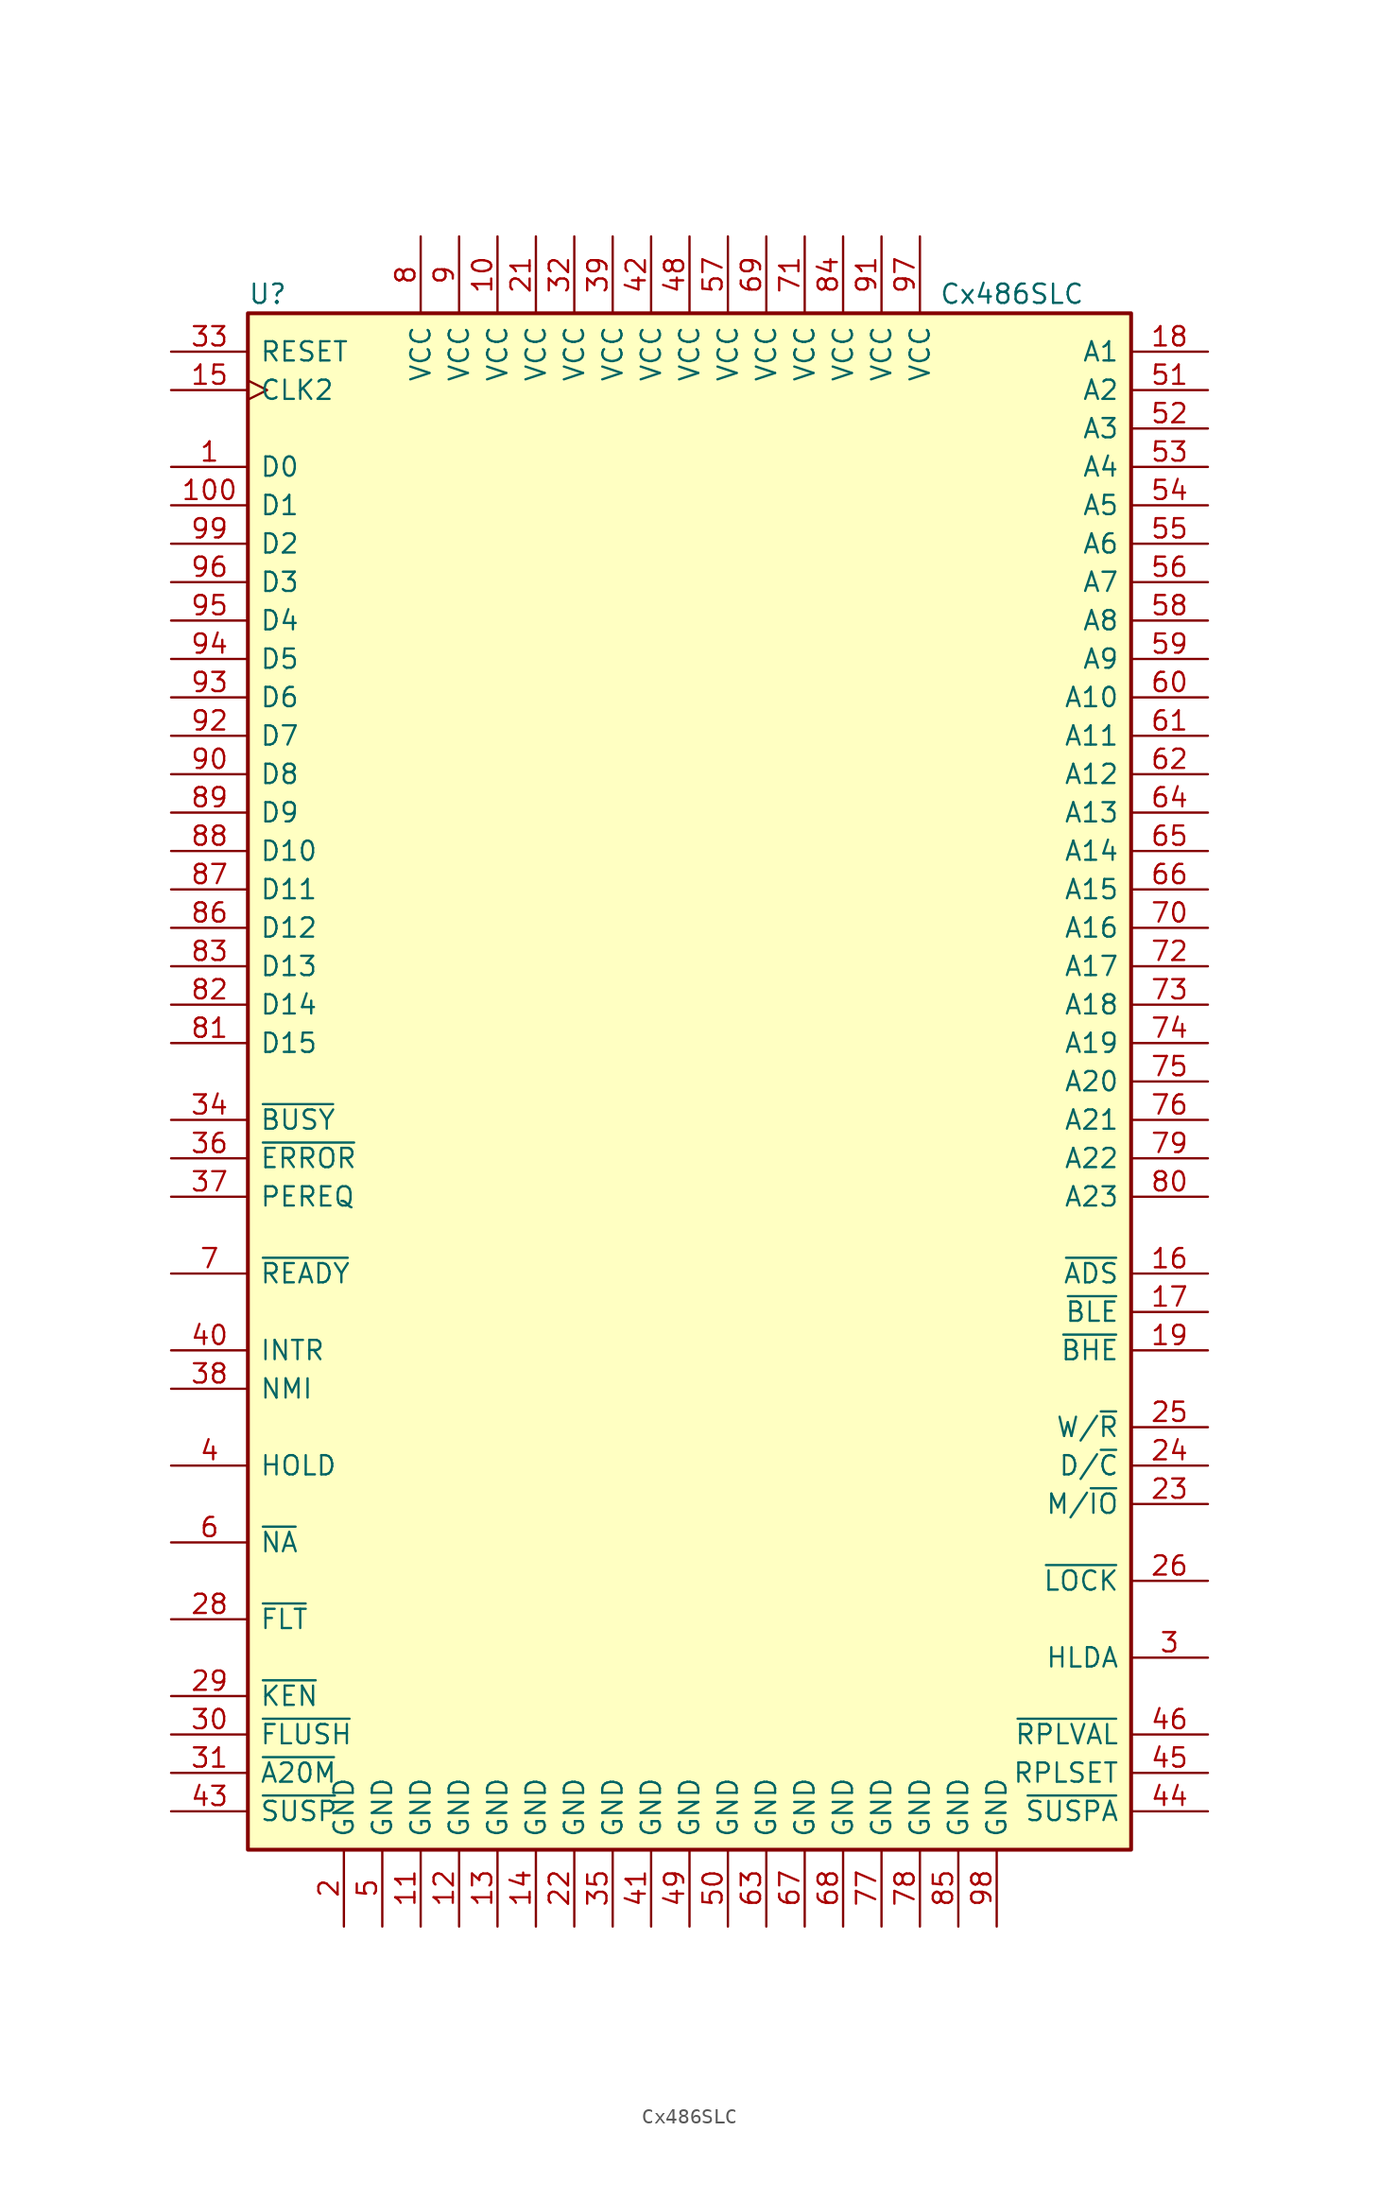
<source format=kicad_sym>
(kicad_symbol_lib
  (version 20211014)
  (generator kicad_symbol_editor)
  (symbol "Cx486SLC"
    (pin_names
      (offset 0.762))
    (property "Reference" "U"
      (at -29.21 46.99 0)
      (effects (font (size 1.27 1.27)) (justify left)))
    (property "Value" "Cx486SLC"
      (at 16.51 46.99 0)
      (effects (font (size 1.27 1.27)) (justify left)))
    (symbol "Cx486SLC_1_1"
      (rectangle (start -29.21 45.72) (end 29.21 -55.88) (stroke (width 0.254) (type default) (color 0 0 0 0)) (fill (type background)))
      (pin tri_state line (at -34.29 35.56 0) (length 5.08) (name "D0" (effects (font (size 1.27 1.27)))) (number "1" (effects (font (size 1.27 1.27)))))
      (pin power_in line (at -12.7 50.8 270) (length 5.08) (name "VCC" (effects (font (size 1.27 1.27)))) (number "10" (effects (font (size 1.27 1.27)))))
      (pin tri_state line (at -34.29 33.02 0) (length 5.08) (name "D1" (effects (font (size 1.27 1.27)))) (number "100" (effects (font (size 1.27 1.27)))))
      (pin power_in line (at -17.78 -60.96 90) (length 5.08) (name "GND" (effects (font (size 1.27 1.27)))) (number "11" (effects (font (size 1.27 1.27)))))
      (pin power_in line (at -15.24 -60.96 90) (length 5.08) (name "GND" (effects (font (size 1.27 1.27)))) (number "12" (effects (font (size 1.27 1.27)))))
      (pin power_in line (at -12.7 -60.96 90) (length 5.08) (name "GND" (effects (font (size 1.27 1.27)))) (number "13" (effects (font (size 1.27 1.27)))))
      (pin power_in line (at -10.16 -60.96 90) (length 5.08) (name "GND" (effects (font (size 1.27 1.27)))) (number "14" (effects (font (size 1.27 1.27)))))
      (pin input clock (at -34.29 40.64 0) (length 5.08) (name "CLK2" (effects (font (size 1.27 1.27)))) (number "15" (effects (font (size 1.27 1.27)))))
      (pin output line (at 34.29 -17.78 180) (length 5.08) (name "~{ADS}" (effects (font (size 1.27 1.27)))) (number "16" (effects (font (size 1.27 1.27)))))
      (pin output line (at 34.29 -20.32 180) (length 5.08) (name "~{BLE}" (effects (font (size 1.27 1.27)))) (number "17" (effects (font (size 1.27 1.27)))))
      (pin tri_state line (at 34.29 43.18 180) (length 5.08) (name "A1" (effects (font (size 1.27 1.27)))) (number "18" (effects (font (size 1.27 1.27)))))
      (pin output line (at 34.29 -22.86 180) (length 5.08) (name "~{BHE}" (effects (font (size 1.27 1.27)))) (number "19" (effects (font (size 1.27 1.27)))))
      (pin power_in line (at -22.86 -60.96 90) (length 5.08) (name "GND" (effects (font (size 1.27 1.27)))) (number "2" (effects (font (size 1.27 1.27)))))
      (pin power_in line (at -10.16 50.8 270) (length 5.08) (name "VCC" (effects (font (size 1.27 1.27)))) (number "21" (effects (font (size 1.27 1.27)))))
      (pin power_in line (at -7.62 -60.96 90) (length 5.08) (name "GND" (effects (font (size 1.27 1.27)))) (number "22" (effects (font (size 1.27 1.27)))))
      (pin output line (at 34.29 -33.02 180) (length 5.08) (name "M/~{IO}" (effects (font (size 1.27 1.27)))) (number "23" (effects (font (size 1.27 1.27)))))
      (pin output line (at 34.29 -30.48 180) (length 5.08) (name "D/~{C}" (effects (font (size 1.27 1.27)))) (number "24" (effects (font (size 1.27 1.27)))))
      (pin output line (at 34.29 -27.94 180) (length 5.08) (name "W/~{R}" (effects (font (size 1.27 1.27)))) (number "25" (effects (font (size 1.27 1.27)))))
      (pin output line (at 34.29 -38.1 180) (length 5.08) (name "~{LOCK}" (effects (font (size 1.27 1.27)))) (number "26" (effects (font (size 1.27 1.27)))))
      (pin input line (at -34.29 -40.64 0) (length 5.08) (name "~{FLT}" (effects (font (size 1.27 1.27)))) (number "28" (effects (font (size 1.27 1.27)))))
      (pin input line (at -34.29 -45.72 0) (length 5.08) (name "~{KEN}" (effects (font (size 1.27 1.27)))) (number "29" (effects (font (size 1.27 1.27)))))
      (pin output line (at 34.29 -43.18 180) (length 5.08) (name "HLDA" (effects (font (size 1.27 1.27)))) (number "3" (effects (font (size 1.27 1.27)))))
      (pin input line (at -34.29 -48.26 0) (length 5.08) (name "~{FLUSH}" (effects (font (size 1.27 1.27)))) (number "30" (effects (font (size 1.27 1.27)))))
      (pin input line (at -34.29 -50.8 0) (length 5.08) (name "~{A20M}" (effects (font (size 1.27 1.27)))) (number "31" (effects (font (size 1.27 1.27)))))
      (pin power_in line (at -7.62 50.8 270) (length 5.08) (name "VCC" (effects (font (size 1.27 1.27)))) (number "32" (effects (font (size 1.27 1.27)))))
      (pin input line (at -34.29 43.18 0) (length 5.08) (name "RESET" (effects (font (size 1.27 1.27)))) (number "33" (effects (font (size 1.27 1.27)))))
      (pin input line (at -34.29 -7.62 0) (length 5.08) (name "~{BUSY}" (effects (font (size 1.27 1.27)))) (number "34" (effects (font (size 1.27 1.27)))))
      (pin power_in line (at -5.08 -60.96 90) (length 5.08) (name "GND" (effects (font (size 1.27 1.27)))) (number "35" (effects (font (size 1.27 1.27)))))
      (pin input line (at -34.29 -10.16 0) (length 5.08) (name "~{ERROR}" (effects (font (size 1.27 1.27)))) (number "36" (effects (font (size 1.27 1.27)))))
      (pin input line (at -34.29 -12.7 0) (length 5.08) (name "PEREQ" (effects (font (size 1.27 1.27)))) (number "37" (effects (font (size 1.27 1.27)))))
      (pin input line (at -34.29 -25.4 0) (length 5.08) (name "NMI" (effects (font (size 1.27 1.27)))) (number "38" (effects (font (size 1.27 1.27)))))
      (pin power_in line (at -5.08 50.8 270) (length 5.08) (name "VCC" (effects (font (size 1.27 1.27)))) (number "39" (effects (font (size 1.27 1.27)))))
      (pin input line (at -34.29 -30.48 0) (length 5.08) (name "HOLD" (effects (font (size 1.27 1.27)))) (number "4" (effects (font (size 1.27 1.27)))))
      (pin input line (at -34.29 -22.86 0) (length 5.08) (name "INTR" (effects (font (size 1.27 1.27)))) (number "40" (effects (font (size 1.27 1.27)))))
      (pin power_in line (at -2.54 -60.96 90) (length 5.08) (name "GND" (effects (font (size 1.27 1.27)))) (number "41" (effects (font (size 1.27 1.27)))))
      (pin power_in line (at -2.54 50.8 270) (length 5.08) (name "VCC" (effects (font (size 1.27 1.27)))) (number "42" (effects (font (size 1.27 1.27)))))
      (pin input line (at -34.29 -53.34 0) (length 5.08) (name "~{SUSP}" (effects (font (size 1.27 1.27)))) (number "43" (effects (font (size 1.27 1.27)))))
      (pin output line (at 34.29 -53.34 180) (length 5.08) (name "~{SUSPA}" (effects (font (size 1.27 1.27)))) (number "44" (effects (font (size 1.27 1.27)))))
      (pin output line (at 34.29 -50.8 180) (length 5.08) (name "RPLSET" (effects (font (size 1.27 1.27)))) (number "45" (effects (font (size 1.27 1.27)))))
      (pin output line (at 34.29 -48.26 180) (length 5.08) (name "~{RPLVAL}" (effects (font (size 1.27 1.27)))) (number "46" (effects (font (size 1.27 1.27)))))
      (pin power_in line (at 0 50.8 270) (length 5.08) (name "VCC" (effects (font (size 1.27 1.27)))) (number "48" (effects (font (size 1.27 1.27)))))
      (pin power_in line (at 0 -60.96 90) (length 5.08) (name "GND" (effects (font (size 1.27 1.27)))) (number "49" (effects (font (size 1.27 1.27)))))
      (pin power_in line (at -20.32 -60.96 90) (length 5.08) (name "GND" (effects (font (size 1.27 1.27)))) (number "5" (effects (font (size 1.27 1.27)))))
      (pin power_in line (at 2.54 -60.96 90) (length 5.08) (name "GND" (effects (font (size 1.27 1.27)))) (number "50" (effects (font (size 1.27 1.27)))))
      (pin tri_state line (at 34.29 40.64 180) (length 5.08) (name "A2" (effects (font (size 1.27 1.27)))) (number "51" (effects (font (size 1.27 1.27)))))
      (pin tri_state line (at 34.29 38.1 180) (length 5.08) (name "A3" (effects (font (size 1.27 1.27)))) (number "52" (effects (font (size 1.27 1.27)))))
      (pin tri_state line (at 34.29 35.56 180) (length 5.08) (name "A4" (effects (font (size 1.27 1.27)))) (number "53" (effects (font (size 1.27 1.27)))))
      (pin tri_state line (at 34.29 33.02 180) (length 5.08) (name "A5" (effects (font (size 1.27 1.27)))) (number "54" (effects (font (size 1.27 1.27)))))
      (pin tri_state line (at 34.29 30.48 180) (length 5.08) (name "A6" (effects (font (size 1.27 1.27)))) (number "55" (effects (font (size 1.27 1.27)))))
      (pin tri_state line (at 34.29 27.94 180) (length 5.08) (name "A7" (effects (font (size 1.27 1.27)))) (number "56" (effects (font (size 1.27 1.27)))))
      (pin power_in line (at 2.54 50.8 270) (length 5.08) (name "VCC" (effects (font (size 1.27 1.27)))) (number "57" (effects (font (size 1.27 1.27)))))
      (pin tri_state line (at 34.29 25.4 180) (length 5.08) (name "A8" (effects (font (size 1.27 1.27)))) (number "58" (effects (font (size 1.27 1.27)))))
      (pin tri_state line (at 34.29 22.86 180) (length 5.08) (name "A9" (effects (font (size 1.27 1.27)))) (number "59" (effects (font (size 1.27 1.27)))))
      (pin input line (at -34.29 -35.56 0) (length 5.08) (name "~{NA}" (effects (font (size 1.27 1.27)))) (number "6" (effects (font (size 1.27 1.27)))))
      (pin tri_state line (at 34.29 20.32 180) (length 5.08) (name "A10" (effects (font (size 1.27 1.27)))) (number "60" (effects (font (size 1.27 1.27)))))
      (pin tri_state line (at 34.29 17.78 180) (length 5.08) (name "A11" (effects (font (size 1.27 1.27)))) (number "61" (effects (font (size 1.27 1.27)))))
      (pin tri_state line (at 34.29 15.24 180) (length 5.08) (name "A12" (effects (font (size 1.27 1.27)))) (number "62" (effects (font (size 1.27 1.27)))))
      (pin power_in line (at 5.08 -60.96 90) (length 5.08) (name "GND" (effects (font (size 1.27 1.27)))) (number "63" (effects (font (size 1.27 1.27)))))
      (pin tri_state line (at 34.29 12.7 180) (length 5.08) (name "A13" (effects (font (size 1.27 1.27)))) (number "64" (effects (font (size 1.27 1.27)))))
      (pin tri_state line (at 34.29 10.16 180) (length 5.08) (name "A14" (effects (font (size 1.27 1.27)))) (number "65" (effects (font (size 1.27 1.27)))))
      (pin tri_state line (at 34.29 7.62 180) (length 5.08) (name "A15" (effects (font (size 1.27 1.27)))) (number "66" (effects (font (size 1.27 1.27)))))
      (pin power_in line (at 7.62 -60.96 90) (length 5.08) (name "GND" (effects (font (size 1.27 1.27)))) (number "67" (effects (font (size 1.27 1.27)))))
      (pin power_in line (at 10.16 -60.96 90) (length 5.08) (name "GND" (effects (font (size 1.27 1.27)))) (number "68" (effects (font (size 1.27 1.27)))))
      (pin power_in line (at 5.08 50.8 270) (length 5.08) (name "VCC" (effects (font (size 1.27 1.27)))) (number "69" (effects (font (size 1.27 1.27)))))
      (pin input line (at -34.29 -17.78 0) (length 5.08) (name "~{READY}" (effects (font (size 1.27 1.27)))) (number "7" (effects (font (size 1.27 1.27)))))
      (pin tri_state line (at 34.29 5.08 180) (length 5.08) (name "A16" (effects (font (size 1.27 1.27)))) (number "70" (effects (font (size 1.27 1.27)))))
      (pin power_in line (at 7.62 50.8 270) (length 5.08) (name "VCC" (effects (font (size 1.27 1.27)))) (number "71" (effects (font (size 1.27 1.27)))))
      (pin tri_state line (at 34.29 2.54 180) (length 5.08) (name "A17" (effects (font (size 1.27 1.27)))) (number "72" (effects (font (size 1.27 1.27)))))
      (pin tri_state line (at 34.29 0 180) (length 5.08) (name "A18" (effects (font (size 1.27 1.27)))) (number "73" (effects (font (size 1.27 1.27)))))
      (pin tri_state line (at 34.29 -2.54 180) (length 5.08) (name "A19" (effects (font (size 1.27 1.27)))) (number "74" (effects (font (size 1.27 1.27)))))
      (pin tri_state line (at 34.29 -5.08 180) (length 5.08) (name "A20" (effects (font (size 1.27 1.27)))) (number "75" (effects (font (size 1.27 1.27)))))
      (pin tri_state line (at 34.29 -7.62 180) (length 5.08) (name "A21" (effects (font (size 1.27 1.27)))) (number "76" (effects (font (size 1.27 1.27)))))
      (pin power_in line (at 12.7 -60.96 90) (length 5.08) (name "GND" (effects (font (size 1.27 1.27)))) (number "77" (effects (font (size 1.27 1.27)))))
      (pin power_in line (at 15.24 -60.96 90) (length 5.08) (name "GND" (effects (font (size 1.27 1.27)))) (number "78" (effects (font (size 1.27 1.27)))))
      (pin tri_state line (at 34.29 -10.16 180) (length 5.08) (name "A22" (effects (font (size 1.27 1.27)))) (number "79" (effects (font (size 1.27 1.27)))))
      (pin power_in line (at -17.78 50.8 270) (length 5.08) (name "VCC" (effects (font (size 1.27 1.27)))) (number "8" (effects (font (size 1.27 1.27)))))
      (pin tri_state line (at 34.29 -12.7 180) (length 5.08) (name "A23" (effects (font (size 1.27 1.27)))) (number "80" (effects (font (size 1.27 1.27)))))
      (pin tri_state line (at -34.29 -2.54 0) (length 5.08) (name "D15" (effects (font (size 1.27 1.27)))) (number "81" (effects (font (size 1.27 1.27)))))
      (pin tri_state line (at -34.29 0 0) (length 5.08) (name "D14" (effects (font (size 1.27 1.27)))) (number "82" (effects (font (size 1.27 1.27)))))
      (pin tri_state line (at -34.29 2.54 0) (length 5.08) (name "D13" (effects (font (size 1.27 1.27)))) (number "83" (effects (font (size 1.27 1.27)))))
      (pin power_in line (at 10.16 50.8 270) (length 5.08) (name "VCC" (effects (font (size 1.27 1.27)))) (number "84" (effects (font (size 1.27 1.27)))))
      (pin power_in line (at 17.78 -60.96 90) (length 5.08) (name "GND" (effects (font (size 1.27 1.27)))) (number "85" (effects (font (size 1.27 1.27)))))
      (pin tri_state line (at -34.29 5.08 0) (length 5.08) (name "D12" (effects (font (size 1.27 1.27)))) (number "86" (effects (font (size 1.27 1.27)))))
      (pin tri_state line (at -34.29 7.62 0) (length 5.08) (name "D11" (effects (font (size 1.27 1.27)))) (number "87" (effects (font (size 1.27 1.27)))))
      (pin tri_state line (at -34.29 10.16 0) (length 5.08) (name "D10" (effects (font (size 1.27 1.27)))) (number "88" (effects (font (size 1.27 1.27)))))
      (pin tri_state line (at -34.29 12.7 0) (length 5.08) (name "D9" (effects (font (size 1.27 1.27)))) (number "89" (effects (font (size 1.27 1.27)))))
      (pin power_in line (at -15.24 50.8 270) (length 5.08) (name "VCC" (effects (font (size 1.27 1.27)))) (number "9" (effects (font (size 1.27 1.27)))))
      (pin tri_state line (at -34.29 15.24 0) (length 5.08) (name "D8" (effects (font (size 1.27 1.27)))) (number "90" (effects (font (size 1.27 1.27)))))
      (pin power_in line (at 12.7 50.8 270) (length 5.08) (name "VCC" (effects (font (size 1.27 1.27)))) (number "91" (effects (font (size 1.27 1.27)))))
      (pin tri_state line (at -34.29 17.78 0) (length 5.08) (name "D7" (effects (font (size 1.27 1.27)))) (number "92" (effects (font (size 1.27 1.27)))))
      (pin tri_state line (at -34.29 20.32 0) (length 5.08) (name "D6" (effects (font (size 1.27 1.27)))) (number "93" (effects (font (size 1.27 1.27)))))
      (pin tri_state line (at -34.29 22.86 0) (length 5.08) (name "D5" (effects (font (size 1.27 1.27)))) (number "94" (effects (font (size 1.27 1.27)))))
      (pin tri_state line (at -34.29 25.4 0) (length 5.08) (name "D4" (effects (font (size 1.27 1.27)))) (number "95" (effects (font (size 1.27 1.27)))))
      (pin tri_state line (at -34.29 27.94 0) (length 5.08) (name "D3" (effects (font (size 1.27 1.27)))) (number "96" (effects (font (size 1.27 1.27)))))
      (pin power_in line (at 15.24 50.8 270) (length 5.08) (name "VCC" (effects (font (size 1.27 1.27)))) (number "97" (effects (font (size 1.27 1.27)))))
      (pin power_in line (at 20.32 -60.96 90) (length 5.08) (name "GND" (effects (font (size 1.27 1.27)))) (number "98" (effects (font (size 1.27 1.27)))))
      (pin tri_state line (at -34.29 30.48 0) (length 5.08) (name "D2" (effects (font (size 1.27 1.27)))) (number "99" (effects (font (size 1.27 1.27))))))))
</source>
